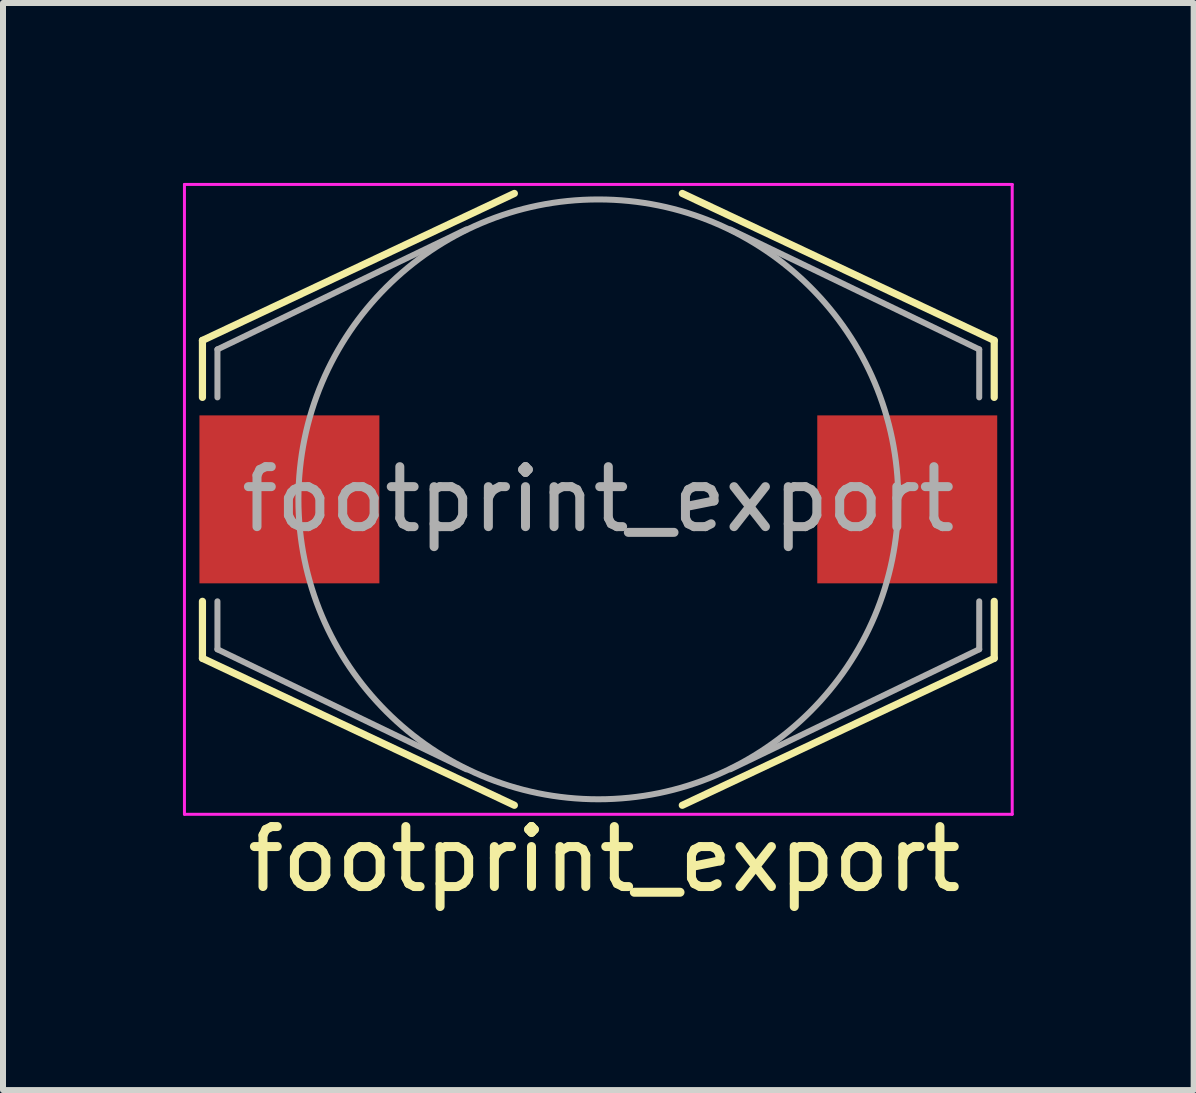
<source format=kicad_pcb>
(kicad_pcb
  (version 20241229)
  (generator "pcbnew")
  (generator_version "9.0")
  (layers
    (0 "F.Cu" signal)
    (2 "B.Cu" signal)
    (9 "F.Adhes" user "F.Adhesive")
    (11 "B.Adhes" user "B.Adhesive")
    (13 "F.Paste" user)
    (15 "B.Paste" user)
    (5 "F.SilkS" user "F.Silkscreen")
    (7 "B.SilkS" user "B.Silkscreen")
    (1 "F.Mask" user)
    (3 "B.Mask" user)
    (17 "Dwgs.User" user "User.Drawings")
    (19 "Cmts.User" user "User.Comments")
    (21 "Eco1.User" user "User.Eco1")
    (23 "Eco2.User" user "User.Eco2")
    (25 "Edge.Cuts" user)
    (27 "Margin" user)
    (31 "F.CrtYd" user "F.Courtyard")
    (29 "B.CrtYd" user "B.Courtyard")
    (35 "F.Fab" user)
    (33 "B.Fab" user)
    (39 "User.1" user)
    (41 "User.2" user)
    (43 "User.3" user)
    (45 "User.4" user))
  (footprint "footprint_export"
    (layer "F.Cu")
    (at 6.925 5.275)
    (property "Reference" "footprint_export" (at 0.1 6 0) (layer "F.SilkS") (effects (font (size 1 1) (thickness 0.15))))
    (attr smd)
    (fp_line (start -6.6 -2.65) (end -6.6 -1.7) (stroke (width 0.12) (type solid)) (layer "F.SilkS"))
    (fp_line (start -6.6 -2.65) (end -1.4 -5.1) (stroke (width 0.12) (type solid)) (layer "F.SilkS"))
    (fp_line (start -6.6 2.65) (end -6.6 1.7) (stroke (width 0.12) (type solid)) (layer "F.SilkS"))
    (fp_line (start -6.6 2.65) (end -1.4 5.1) (stroke (width 0.12) (type solid)) (layer "F.SilkS"))
    (fp_line (start 6.6 -2.65) (end 1.4 -5.1) (stroke (width 0.12) (type solid)) (layer "F.SilkS"))
    (fp_line (start 6.6 -2.65) (end 6.6 -1.7) (stroke (width 0.12) (type solid)) (layer "F.SilkS"))
    (fp_line (start 6.6 2.65) (end 1.4 5.1) (stroke (width 0.12) (type solid)) (layer "F.SilkS"))
    (fp_line (start 6.6 2.65) (end 6.6 1.7) (stroke (width 0.12) (type solid)) (layer "F.SilkS"))
    (fp_line (start -6.9 -5.25) (end -6.9 5.25) (stroke (width 0.05) (type solid)) (layer "F.CrtYd"))
    (fp_line (start -6.9 -5.25) (end 6.9 -5.25) (stroke (width 0.05) (type solid)) (layer "F.CrtYd"))
    (fp_line (start -6.9 5.25) (end 6.9 5.25) (stroke (width 0.05) (type solid)) (layer "F.CrtYd"))
    (fp_line (start 6.9 -5.25) (end 6.9 5.25) (stroke (width 0.05) (type solid)) (layer "F.CrtYd"))
    (fp_line (start -6.35 -2.5) (end -2.2 -4.5) (stroke (width 0.1) (type solid)) (layer "F.Fab"))
    (fp_line (start -6.35 -1.7) (end -6.35 -2.5) (stroke (width 0.1) (type solid)) (layer "F.Fab"))
    (fp_line (start -6.35 2.5) (end -6.35 1.7) (stroke (width 0.1) (type solid)) (layer "F.Fab"))
    (fp_line (start -6.35 2.5) (end -2.2 4.5) (stroke (width 0.1) (type solid)) (layer "F.Fab"))
    (fp_line (start 6.35 -2.5) (end 2.2 -4.5) (stroke (width 0.1) (type solid)) (layer "F.Fab"))
    (fp_line (start 6.35 -1.7) (end 6.35 -2.5) (stroke (width 0.1) (type solid)) (layer "F.Fab"))
    (fp_line (start 6.35 2.5) (end 2.2 4.5) (stroke (width 0.1) (type solid)) (layer "F.Fab"))
    (fp_line (start 6.35 2.5) (end 6.35 1.7) (stroke (width 0.1) (type solid)) (layer "F.Fab"))
    (fp_circle (center 0 0) (end 0 -5) (stroke (width 0.1) (type solid)) (fill no) (layer "F.Fab"))
    (fp_text user "${REFERENCE}" (at 0 0 0) (layer "F.Fab") (effects (font (size 1 1) (thickness 0.15))))
    (pad "1" smd rect (at -5.15 0) (size 3 2.8) (layers "F.Cu" "F.Mask" "F.Paste"))
    (pad "2" smd rect (at 5.15 0) (size 3 2.8) (layers "F.Cu" "F.Mask" "F.Paste")))
  (gr_rect
    (start -3 -3)
    (end 16.85 15.123)
    (stroke (width 0.1) (type default))
    (fill no)
    (layer "Edge.Cuts")))
</source>
